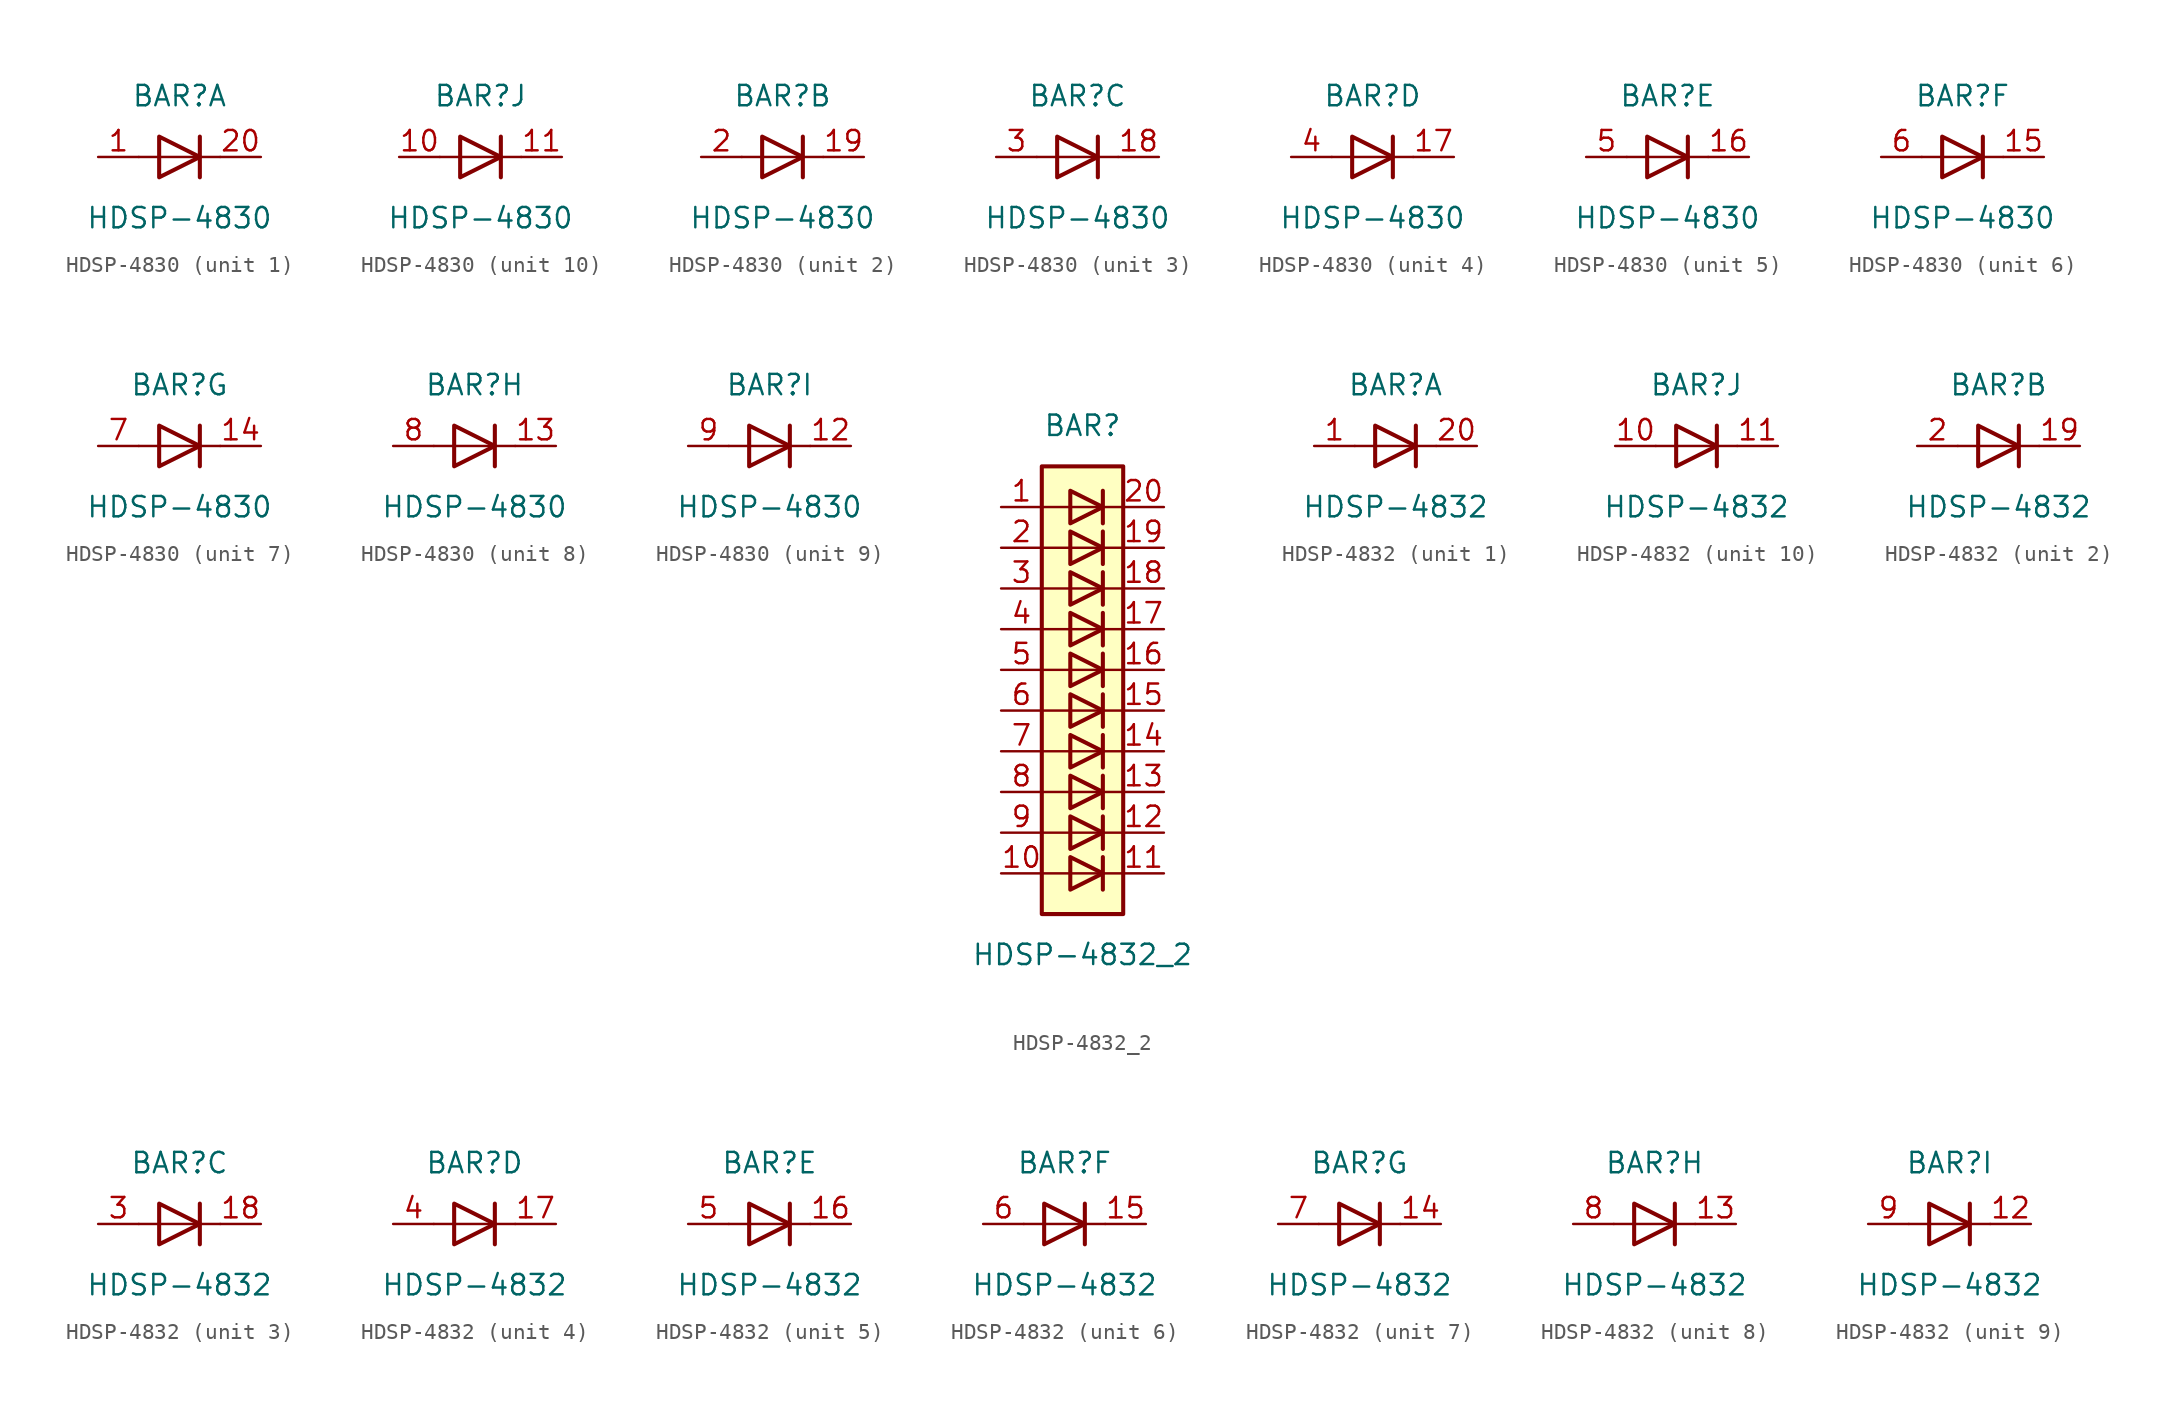
<source format=kicad_sym>
(kicad_symbol_lib
  (version 20241209)
  (generator "kicad_symbol_editor")
  (generator_version "9.0")
  (symbol "HDSP-4830"
    (pin_names
      (offset 1.016) hide)
    (property "Reference" "BAR"
      (at 0 3.81 0)
      (effects (font (size 1.27 1.27))))
    (property "Value" "HDSP-4830"
      (at 0 -3.81 0)
      (effects (font (size 1.27 1.27))))
    (symbol "HDSP-4830_0_1"
      (polyline (pts (xy -2.54 0) (xy 2.54 0)) (stroke (width 0) (type default)) (fill (type none)))
      (polyline (pts (xy -1.27 1.27) (xy -1.27 -1.27) (xy 1.27 0) (xy -1.27 1.27)) (stroke (width 0.254) (type default)) (fill (type none)))
      (polyline (pts (xy 1.27 -1.27) (xy 1.27 1.27)) (stroke (width 0.254) (type default)) (fill (type none))))
    (symbol "HDSP-4830_1_1"
      (pin passive line (at -5.08 0 0) (length 2.54) (name "A" (effects (font (size 1.27 1.27)))) (number "1" (effects (font (size 1.27 1.27)))))
      (pin passive line (at 5.08 0 180) (length 2.54) (name "K" (effects (font (size 1.27 1.27)))) (number "20" (effects (font (size 1.27 1.27))))))
    (symbol "HDSP-4830_2_1"
      (pin passive line (at -5.08 0 0) (length 2.54) (name "A" (effects (font (size 1.27 1.27)))) (number "2" (effects (font (size 1.27 1.27)))))
      (pin passive line (at 5.08 0 180) (length 2.54) (name "K" (effects (font (size 1.27 1.27)))) (number "19" (effects (font (size 1.27 1.27))))))
    (symbol "HDSP-4830_3_1"
      (pin passive line (at -5.08 0 0) (length 2.54) (name "A" (effects (font (size 1.27 1.27)))) (number "3" (effects (font (size 1.27 1.27)))))
      (pin passive line (at 5.08 0 180) (length 2.54) (name "K" (effects (font (size 1.27 1.27)))) (number "18" (effects (font (size 1.27 1.27))))))
    (symbol "HDSP-4830_4_1"
      (pin passive line (at -5.08 0 0) (length 2.54) (name "A" (effects (font (size 1.27 1.27)))) (number "4" (effects (font (size 1.27 1.27)))))
      (pin passive line (at 5.08 0 180) (length 2.54) (name "K" (effects (font (size 1.27 1.27)))) (number "17" (effects (font (size 1.27 1.27))))))
    (symbol "HDSP-4830_5_1"
      (pin passive line (at -5.08 0 0) (length 2.54) (name "A" (effects (font (size 1.27 1.27)))) (number "5" (effects (font (size 1.27 1.27)))))
      (pin passive line (at 5.08 0 180) (length 2.54) (name "K" (effects (font (size 1.27 1.27)))) (number "16" (effects (font (size 1.27 1.27))))))
    (symbol "HDSP-4830_6_1"
      (pin passive line (at -5.08 0 0) (length 2.54) (name "A" (effects (font (size 1.27 1.27)))) (number "6" (effects (font (size 1.27 1.27)))))
      (pin passive line (at 5.08 0 180) (length 2.54) (name "K" (effects (font (size 1.27 1.27)))) (number "15" (effects (font (size 1.27 1.27))))))
    (symbol "HDSP-4830_7_1"
      (pin passive line (at -5.08 0 0) (length 2.54) (name "A" (effects (font (size 1.27 1.27)))) (number "7" (effects (font (size 1.27 1.27)))))
      (pin passive line (at 5.08 0 180) (length 2.54) (name "K" (effects (font (size 1.27 1.27)))) (number "14" (effects (font (size 1.27 1.27))))))
    (symbol "HDSP-4830_8_1"
      (pin passive line (at -5.08 0 0) (length 2.54) (name "A" (effects (font (size 1.27 1.27)))) (number "8" (effects (font (size 1.27 1.27)))))
      (pin passive line (at 5.08 0 180) (length 2.54) (name "K" (effects (font (size 1.27 1.27)))) (number "13" (effects (font (size 1.27 1.27))))))
    (symbol "HDSP-4830_9_1"
      (pin passive line (at -5.08 0 0) (length 2.54) (name "A" (effects (font (size 1.27 1.27)))) (number "9" (effects (font (size 1.27 1.27)))))
      (pin passive line (at 5.08 0 180) (length 2.54) (name "K" (effects (font (size 1.27 1.27)))) (number "12" (effects (font (size 1.27 1.27))))))
    (symbol "HDSP-4830_10_1"
      (pin passive line (at -5.08 0 0) (length 2.54) (name "A" (effects (font (size 1.27 1.27)))) (number "10" (effects (font (size 1.27 1.27)))))
      (pin passive line (at 5.08 0 180) (length 2.54) (name "K" (effects (font (size 1.27 1.27)))) (number "11" (effects (font (size 1.27 1.27)))))))
  (symbol "HDSP-4832_2"
    (pin_names
      (offset 1.016) hide)
    (property "Reference" "BAR"
      (at 0 15.24 0)
      (effects (font (size 1.27 1.27))))
    (property "Value" "HDSP-4832_2"
      (at 0 -17.78 0)
      (effects (font (size 1.27 1.27))))
    (symbol "HDSP-4832_2_0_1"
      (rectangle (start -2.54 12.7) (end 2.54 -15.24) (stroke (width 0.254) (type default)) (fill (type background)))
      (polyline (pts (xy -2.54 10.16) (xy 2.54 10.16)) (stroke (width 0) (type default)) (fill (type none)))
      (polyline (pts (xy -2.54 7.62) (xy 2.54 7.62)) (stroke (width 0) (type default)) (fill (type none)))
      (polyline (pts (xy -2.54 5.08) (xy 2.54 5.08)) (stroke (width 0) (type default)) (fill (type none)))
      (polyline (pts (xy -2.54 0) (xy 2.54 0)) (stroke (width 0) (type default)) (fill (type none)))
      (polyline (pts (xy -2.54 -5.08) (xy 2.54 -5.08)) (stroke (width 0) (type default)) (fill (type none)))
      (polyline (pts (xy -2.54 -7.62) (xy 2.54 -7.62)) (stroke (width 0) (type default)) (fill (type none)))
      (polyline (pts (xy -2.54 -10.16) (xy 2.54 -10.16)) (stroke (width 0) (type default)) (fill (type none)))
      (polyline (pts (xy -2.54 -12.7) (xy 2.54 -12.7)) (stroke (width 0) (type default)) (fill (type none)))
      (polyline (pts (xy -0.762 11.176) (xy -0.762 9.144) (xy 1.27 10.16) (xy -0.762 11.176)) (stroke (width 0.254) (type default)) (fill (type none)))
      (polyline (pts (xy -0.762 8.636) (xy -0.762 6.604) (xy 1.27 7.62) (xy -0.762 8.636)) (stroke (width 0.254) (type default)) (fill (type none)))
      (polyline (pts (xy -0.762 6.096) (xy -0.762 4.064) (xy 1.27 5.08) (xy -0.762 6.096)) (stroke (width 0.254) (type default)) (fill (type none)))
      (polyline (pts (xy -0.762 3.556) (xy -0.762 1.524) (xy 1.27 2.54) (xy -0.762 3.556)) (stroke (width 0.254) (type default)) (fill (type none)))
      (polyline (pts (xy -0.762 1.016) (xy -0.762 -1.016) (xy 1.27 0) (xy -0.762 1.016)) (stroke (width 0.254) (type default)) (fill (type none)))
      (polyline (pts (xy -0.762 -1.524) (xy -0.762 -3.556) (xy 1.27 -2.54) (xy -0.762 -1.524)) (stroke (width 0.254) (type default)) (fill (type none)))
      (polyline (pts (xy -0.762 -4.064) (xy -0.762 -6.096) (xy 1.27 -5.08) (xy -0.762 -4.064)) (stroke (width 0.254) (type default)) (fill (type none)))
      (polyline (pts (xy -0.762 -6.604) (xy -0.762 -8.636) (xy 1.27 -7.62) (xy -0.762 -6.604)) (stroke (width 0.254) (type default)) (fill (type none)))
      (polyline (pts (xy -0.762 -9.144) (xy -0.762 -11.176) (xy 1.27 -10.16) (xy -0.762 -9.144)) (stroke (width 0.254) (type default)) (fill (type none)))
      (polyline (pts (xy -0.762 -11.684) (xy -0.762 -13.716) (xy 1.27 -12.7) (xy -0.762 -11.684)) (stroke (width 0.254) (type default)) (fill (type none)))
      (polyline (pts (xy 1.27 11.176) (xy 1.27 9.144)) (stroke (width 0.254) (type default)) (fill (type none)))
      (polyline (pts (xy 1.27 8.636) (xy 1.27 6.604)) (stroke (width 0.254) (type default)) (fill (type none)))
      (polyline (pts (xy 1.27 6.096) (xy 1.27 4.064)) (stroke (width 0.254) (type default)) (fill (type none)))
      (polyline (pts (xy 1.27 3.556) (xy 1.27 1.524)) (stroke (width 0.254) (type default)) (fill (type none)))
      (polyline (pts (xy 1.27 1.016) (xy 1.27 -1.016)) (stroke (width 0.254) (type default)) (fill (type none)))
      (polyline (pts (xy 1.27 -1.524) (xy 1.27 -3.556)) (stroke (width 0.254) (type default)) (fill (type none)))
      (polyline (pts (xy 1.27 -4.064) (xy 1.27 -6.096)) (stroke (width 0.254) (type default)) (fill (type none)))
      (polyline (pts (xy 1.27 -6.604) (xy 1.27 -8.636)) (stroke (width 0.254) (type default)) (fill (type none)))
      (polyline (pts (xy 1.27 -9.144) (xy 1.27 -11.176)) (stroke (width 0.254) (type default)) (fill (type none)))
      (polyline (pts (xy 1.27 -11.684) (xy 1.27 -13.716)) (stroke (width 0.254) (type default)) (fill (type none)))
      (polyline (pts (xy 2.54 2.54) (xy -2.54 2.54)) (stroke (width 0) (type default)) (fill (type none)))
      (polyline (pts (xy 2.54 -2.54) (xy -2.54 -2.54)) (stroke (width 0) (type default)) (fill (type none))))
    (symbol "HDSP-4832_2_1_1"
      (pin passive line (at -5.08 10.16 0) (length 2.54) (name "A" (effects (font (size 1.27 1.27)))) (number "1" (effects (font (size 1.27 1.27)))))
      (pin passive line (at -5.08 7.62 0) (length 2.54) (name "A" (effects (font (size 1.27 1.27)))) (number "2" (effects (font (size 1.27 1.27)))))
      (pin passive line (at -5.08 5.08 0) (length 2.54) (name "A" (effects (font (size 1.27 1.27)))) (number "3" (effects (font (size 1.27 1.27)))))
      (pin passive line (at -5.08 2.54 0) (length 2.54) (name "A" (effects (font (size 1.27 1.27)))) (number "4" (effects (font (size 1.27 1.27)))))
      (pin passive line (at -5.08 0 0) (length 2.54) (name "A" (effects (font (size 1.27 1.27)))) (number "5" (effects (font (size 1.27 1.27)))))
      (pin passive line (at -5.08 -2.54 0) (length 2.54) (name "A" (effects (font (size 1.27 1.27)))) (number "6" (effects (font (size 1.27 1.27)))))
      (pin passive line (at -5.08 -5.08 0) (length 2.54) (name "A" (effects (font (size 1.27 1.27)))) (number "7" (effects (font (size 1.27 1.27)))))
      (pin passive line (at -5.08 -7.62 0) (length 2.54) (name "A" (effects (font (size 1.27 1.27)))) (number "8" (effects (font (size 1.27 1.27)))))
      (pin passive line (at -5.08 -10.16 0) (length 2.54) (name "A" (effects (font (size 1.27 1.27)))) (number "9" (effects (font (size 1.27 1.27)))))
      (pin passive line (at -5.08 -12.7 0) (length 2.54) (name "A" (effects (font (size 1.27 1.27)))) (number "10" (effects (font (size 1.27 1.27)))))
      (pin passive line (at 5.08 10.16 180) (length 2.54) (name "K" (effects (font (size 1.27 1.27)))) (number "20" (effects (font (size 1.27 1.27)))))
      (pin passive line (at 5.08 7.62 180) (length 2.54) (name "K" (effects (font (size 1.27 1.27)))) (number "19" (effects (font (size 1.27 1.27)))))
      (pin passive line (at 5.08 5.08 180) (length 2.54) (name "K" (effects (font (size 1.27 1.27)))) (number "18" (effects (font (size 1.27 1.27)))))
      (pin passive line (at 5.08 2.54 180) (length 2.54) (name "K" (effects (font (size 1.27 1.27)))) (number "17" (effects (font (size 1.27 1.27)))))
      (pin passive line (at 5.08 0 180) (length 2.54) (name "K" (effects (font (size 1.27 1.27)))) (number "16" (effects (font (size 1.27 1.27)))))
      (pin passive line (at 5.08 -2.54 180) (length 2.54) (name "K" (effects (font (size 1.27 1.27)))) (number "15" (effects (font (size 1.27 1.27)))))
      (pin passive line (at 5.08 -5.08 180) (length 2.54) (name "K" (effects (font (size 1.27 1.27)))) (number "14" (effects (font (size 1.27 1.27)))))
      (pin passive line (at 5.08 -7.62 180) (length 2.54) (name "K" (effects (font (size 1.27 1.27)))) (number "13" (effects (font (size 1.27 1.27)))))
      (pin passive line (at 5.08 -10.16 180) (length 2.54) (name "K" (effects (font (size 1.27 1.27)))) (number "12" (effects (font (size 1.27 1.27)))))
      (pin passive line (at 5.08 -12.7 180) (length 2.54) (name "K" (effects (font (size 1.27 1.27)))) (number "11" (effects (font (size 1.27 1.27)))))))
  (symbol "HDSP-4832"
    (pin_names
      (offset 1.016) hide)
    (property "Reference" "BAR"
      (at 0 3.81 0)
      (effects (font (size 1.27 1.27))))
    (property "Value" "HDSP-4832"
      (at 0 -3.81 0)
      (effects (font (size 1.27 1.27))))
    (symbol "HDSP-4832_0_1"
      (polyline (pts (xy -2.54 0) (xy 2.54 0)) (stroke (width 0) (type default)) (fill (type none)))
      (polyline (pts (xy -1.27 1.27) (xy -1.27 -1.27) (xy 1.27 0) (xy -1.27 1.27)) (stroke (width 0.254) (type default)) (fill (type none)))
      (polyline (pts (xy 1.27 -1.27) (xy 1.27 1.27)) (stroke (width 0.254) (type default)) (fill (type none))))
    (symbol "HDSP-4832_1_1"
      (pin passive line (at -5.08 0 0) (length 2.54) (name "A" (effects (font (size 1.27 1.27)))) (number "1" (effects (font (size 1.27 1.27)))))
      (pin passive line (at 5.08 0 180) (length 2.54) (name "K" (effects (font (size 1.27 1.27)))) (number "20" (effects (font (size 1.27 1.27))))))
    (symbol "HDSP-4832_2_1"
      (pin passive line (at -5.08 0 0) (length 2.54) (name "A" (effects (font (size 1.27 1.27)))) (number "2" (effects (font (size 1.27 1.27)))))
      (pin passive line (at 5.08 0 180) (length 2.54) (name "K" (effects (font (size 1.27 1.27)))) (number "19" (effects (font (size 1.27 1.27))))))
    (symbol "HDSP-4832_3_1"
      (pin passive line (at -5.08 0 0) (length 2.54) (name "A" (effects (font (size 1.27 1.27)))) (number "3" (effects (font (size 1.27 1.27)))))
      (pin passive line (at 5.08 0 180) (length 2.54) (name "K" (effects (font (size 1.27 1.27)))) (number "18" (effects (font (size 1.27 1.27))))))
    (symbol "HDSP-4832_4_1"
      (pin passive line (at -5.08 0 0) (length 2.54) (name "A" (effects (font (size 1.27 1.27)))) (number "4" (effects (font (size 1.27 1.27)))))
      (pin passive line (at 5.08 0 180) (length 2.54) (name "K" (effects (font (size 1.27 1.27)))) (number "17" (effects (font (size 1.27 1.27))))))
    (symbol "HDSP-4832_5_1"
      (pin passive line (at -5.08 0 0) (length 2.54) (name "A" (effects (font (size 1.27 1.27)))) (number "5" (effects (font (size 1.27 1.27)))))
      (pin passive line (at 5.08 0 180) (length 2.54) (name "K" (effects (font (size 1.27 1.27)))) (number "16" (effects (font (size 1.27 1.27))))))
    (symbol "HDSP-4832_6_1"
      (pin passive line (at -5.08 0 0) (length 2.54) (name "A" (effects (font (size 1.27 1.27)))) (number "6" (effects (font (size 1.27 1.27)))))
      (pin passive line (at 5.08 0 180) (length 2.54) (name "K" (effects (font (size 1.27 1.27)))) (number "15" (effects (font (size 1.27 1.27))))))
    (symbol "HDSP-4832_7_1"
      (pin passive line (at -5.08 0 0) (length 2.54) (name "A" (effects (font (size 1.27 1.27)))) (number "7" (effects (font (size 1.27 1.27)))))
      (pin passive line (at 5.08 0 180) (length 2.54) (name "K" (effects (font (size 1.27 1.27)))) (number "14" (effects (font (size 1.27 1.27))))))
    (symbol "HDSP-4832_8_1"
      (pin passive line (at -5.08 0 0) (length 2.54) (name "A" (effects (font (size 1.27 1.27)))) (number "8" (effects (font (size 1.27 1.27)))))
      (pin passive line (at 5.08 0 180) (length 2.54) (name "K" (effects (font (size 1.27 1.27)))) (number "13" (effects (font (size 1.27 1.27))))))
    (symbol "HDSP-4832_9_1"
      (pin passive line (at -5.08 0 0) (length 2.54) (name "A" (effects (font (size 1.27 1.27)))) (number "9" (effects (font (size 1.27 1.27)))))
      (pin passive line (at 5.08 0 180) (length 2.54) (name "K" (effects (font (size 1.27 1.27)))) (number "12" (effects (font (size 1.27 1.27))))))
    (symbol "HDSP-4832_10_1"
      (pin passive line (at -5.08 0 0) (length 2.54) (name "A" (effects (font (size 1.27 1.27)))) (number "10" (effects (font (size 1.27 1.27)))))
      (pin passive line (at 5.08 0 180) (length 2.54) (name "K" (effects (font (size 1.27 1.27)))) (number "11" (effects (font (size 1.27 1.27))))))))
</source>
